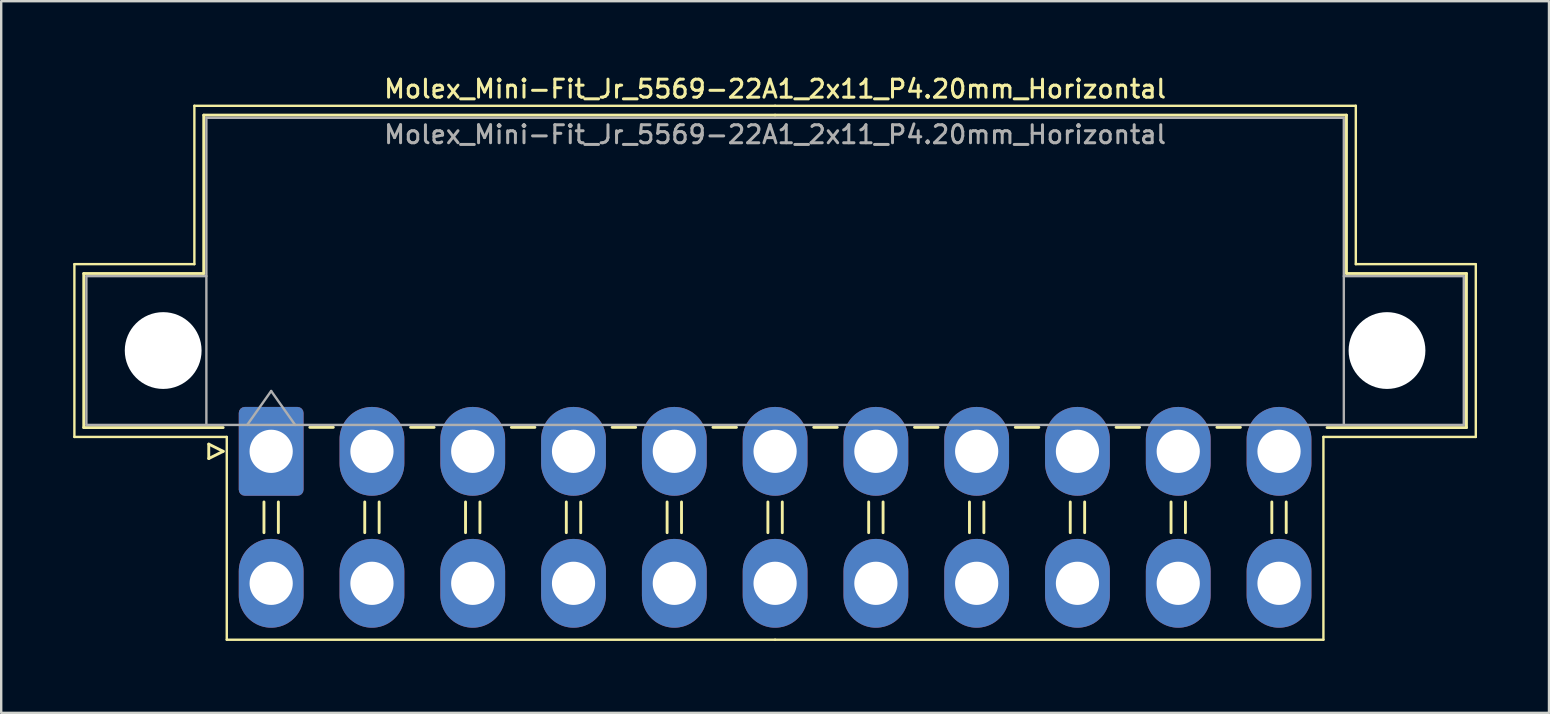
<source format=kicad_pcb>
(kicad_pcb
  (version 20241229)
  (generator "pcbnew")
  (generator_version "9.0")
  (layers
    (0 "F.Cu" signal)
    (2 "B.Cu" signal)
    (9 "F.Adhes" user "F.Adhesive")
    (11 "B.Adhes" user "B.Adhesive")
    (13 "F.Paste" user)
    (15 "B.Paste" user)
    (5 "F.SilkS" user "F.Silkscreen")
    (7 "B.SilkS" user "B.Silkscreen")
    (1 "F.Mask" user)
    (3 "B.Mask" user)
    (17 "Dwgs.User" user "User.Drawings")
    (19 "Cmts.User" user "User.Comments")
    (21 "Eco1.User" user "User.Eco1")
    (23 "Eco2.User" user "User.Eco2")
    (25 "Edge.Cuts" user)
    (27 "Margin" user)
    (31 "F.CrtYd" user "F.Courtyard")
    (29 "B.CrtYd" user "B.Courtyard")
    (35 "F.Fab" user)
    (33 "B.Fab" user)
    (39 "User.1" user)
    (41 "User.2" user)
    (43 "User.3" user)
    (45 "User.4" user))
  (footprint "Molex_Mini-Fit_Jr_5569-22A1_2x11_P4.20mm_Horizontal"
    (layer "F.Cu")
    (at 8.25 15.758)
    (property "Reference" "Molex_Mini-Fit_Jr_5569-22A1_2x11_P4.20mm_Horizontal" (at 21 -15.1 0) (layer "F.SilkS") (effects (font (size 0.75 0.75) (thickness 0.125))))
    (attr through_hole)
    (fp_line (start -8.2 -7.8) (end -8.2 -0.6) (stroke (width 0.1) (type solid)) (layer "F.SilkS"))
    (fp_line (start -8.2 -0.6) (end -1.85 -0.6) (stroke (width 0.1) (type solid)) (layer "F.SilkS"))
    (fp_line (start -7.81 -7.41) (end -7.81 -0.99) (stroke (width 0.12) (type solid)) (layer "F.SilkS"))
    (fp_line (start -7.81 -0.99) (end -2 -0.99) (stroke (width 0.12) (type solid)) (layer "F.SilkS"))
    (fp_line (start -3.2 -14.4) (end -3.2 -7.8) (stroke (width 0.1) (type solid)) (layer "F.SilkS"))
    (fp_line (start -3.2 -7.8) (end -8.2 -7.8) (stroke (width 0.1) (type solid)) (layer "F.SilkS"))
    (fp_line (start -2.81 -14.01) (end -2.81 -7.41) (stroke (width 0.12) (type solid)) (layer "F.SilkS"))
    (fp_line (start -2.81 -7.41) (end -7.81 -7.41) (stroke (width 0.12) (type solid)) (layer "F.SilkS"))
    (fp_line (start -2.6 -0.3) (end -2 0) (stroke (width 0.12) (type solid)) (layer "F.SilkS"))
    (fp_line (start -2.6 0.3) (end -2.6 -0.3) (stroke (width 0.12) (type solid)) (layer "F.SilkS"))
    (fp_line (start -2 0) (end -2.6 0.3) (stroke (width 0.12) (type solid)) (layer "F.SilkS"))
    (fp_line (start -1.85 -0.6) (end -1.85 7.85) (stroke (width 0.1) (type solid)) (layer "F.SilkS"))
    (fp_line (start -1.85 7.85) (end 21 7.85) (stroke (width 0.1) (type solid)) (layer "F.SilkS"))
    (fp_line (start -0.3 2.11) (end -0.3 3.39) (stroke (width 0.12) (type solid)) (layer "F.SilkS"))
    (fp_line (start 0.3 2.11) (end 0.3 3.39) (stroke (width 0.12) (type solid)) (layer "F.SilkS"))
    (fp_line (start 1.61 -1) (end 2.59 -1) (stroke (width 0.12) (type solid)) (layer "F.SilkS"))
    (fp_line (start 3.9 2.11) (end 3.9 3.39) (stroke (width 0.12) (type solid)) (layer "F.SilkS"))
    (fp_line (start 4.5 2.11) (end 4.5 3.39) (stroke (width 0.12) (type solid)) (layer "F.SilkS"))
    (fp_line (start 5.81 -1) (end 6.79 -1) (stroke (width 0.12) (type solid)) (layer "F.SilkS"))
    (fp_line (start 8.1 2.11) (end 8.1 3.39) (stroke (width 0.12) (type solid)) (layer "F.SilkS"))
    (fp_line (start 8.7 2.11) (end 8.7 3.39) (stroke (width 0.12) (type solid)) (layer "F.SilkS"))
    (fp_line (start 10.01 -1) (end 10.99 -1) (stroke (width 0.12) (type solid)) (layer "F.SilkS"))
    (fp_line (start 12.3 2.11) (end 12.3 3.39) (stroke (width 0.12) (type solid)) (layer "F.SilkS"))
    (fp_line (start 12.9 2.11) (end 12.9 3.39) (stroke (width 0.12) (type solid)) (layer "F.SilkS"))
    (fp_line (start 14.21 -1) (end 15.19 -1) (stroke (width 0.12) (type solid)) (layer "F.SilkS"))
    (fp_line (start 16.5 2.11) (end 16.5 3.39) (stroke (width 0.12) (type solid)) (layer "F.SilkS"))
    (fp_line (start 17.1 2.11) (end 17.1 3.39) (stroke (width 0.12) (type solid)) (layer "F.SilkS"))
    (fp_line (start 18.41 -1) (end 19.39 -1) (stroke (width 0.12) (type solid)) (layer "F.SilkS"))
    (fp_line (start 20.7 2.11) (end 20.7 3.39) (stroke (width 0.12) (type solid)) (layer "F.SilkS"))
    (fp_line (start 21 -14.4) (end -3.2 -14.4) (stroke (width 0.1) (type solid)) (layer "F.SilkS"))
    (fp_line (start 21 -14.4) (end 45.2 -14.4) (stroke (width 0.1) (type solid)) (layer "F.SilkS"))
    (fp_line (start 21 -14.01) (end -2.81 -14.01) (stroke (width 0.12) (type solid)) (layer "F.SilkS"))
    (fp_line (start 21 -14.01) (end 44.81 -14.01) (stroke (width 0.12) (type solid)) (layer "F.SilkS"))
    (fp_line (start 21.3 2.11) (end 21.3 3.39) (stroke (width 0.12) (type solid)) (layer "F.SilkS"))
    (fp_line (start 22.61 -1) (end 23.59 -1) (stroke (width 0.12) (type solid)) (layer "F.SilkS"))
    (fp_line (start 24.9 2.11) (end 24.9 3.39) (stroke (width 0.12) (type solid)) (layer "F.SilkS"))
    (fp_line (start 25.5 2.11) (end 25.5 3.39) (stroke (width 0.12) (type solid)) (layer "F.SilkS"))
    (fp_line (start 26.81 -1) (end 27.79 -1) (stroke (width 0.12) (type solid)) (layer "F.SilkS"))
    (fp_line (start 29.1 2.11) (end 29.1 3.39) (stroke (width 0.12) (type solid)) (layer "F.SilkS"))
    (fp_line (start 29.7 2.11) (end 29.7 3.39) (stroke (width 0.12) (type solid)) (layer "F.SilkS"))
    (fp_line (start 31.01 -1) (end 31.99 -1) (stroke (width 0.12) (type solid)) (layer "F.SilkS"))
    (fp_line (start 33.3 2.11) (end 33.3 3.39) (stroke (width 0.12) (type solid)) (layer "F.SilkS"))
    (fp_line (start 33.9 2.11) (end 33.9 3.39) (stroke (width 0.12) (type solid)) (layer "F.SilkS"))
    (fp_line (start 35.21 -1) (end 36.19 -1) (stroke (width 0.12) (type solid)) (layer "F.SilkS"))
    (fp_line (start 37.5 2.11) (end 37.5 3.39) (stroke (width 0.12) (type solid)) (layer "F.SilkS"))
    (fp_line (start 38.1 2.11) (end 38.1 3.39) (stroke (width 0.12) (type solid)) (layer "F.SilkS"))
    (fp_line (start 39.41 -1) (end 40.39 -1) (stroke (width 0.12) (type solid)) (layer "F.SilkS"))
    (fp_line (start 41.7 2.11) (end 41.7 3.39) (stroke (width 0.12) (type solid)) (layer "F.SilkS"))
    (fp_line (start 42.3 2.11) (end 42.3 3.39) (stroke (width 0.12) (type solid)) (layer "F.SilkS"))
    (fp_line (start 43.85 -0.6) (end 43.85 7.85) (stroke (width 0.1) (type solid)) (layer "F.SilkS"))
    (fp_line (start 43.85 7.85) (end 21 7.85) (stroke (width 0.1) (type solid)) (layer "F.SilkS"))
    (fp_line (start 44.81 -14.01) (end 44.81 -7.41) (stroke (width 0.12) (type solid)) (layer "F.SilkS"))
    (fp_line (start 44.81 -7.41) (end 49.81 -7.41) (stroke (width 0.12) (type solid)) (layer "F.SilkS"))
    (fp_line (start 45.2 -14.4) (end 45.2 -7.8) (stroke (width 0.1) (type solid)) (layer "F.SilkS"))
    (fp_line (start 45.2 -7.8) (end 50.2 -7.8) (stroke (width 0.1) (type solid)) (layer "F.SilkS"))
    (fp_line (start 49.81 -7.41) (end 49.81 -0.99) (stroke (width 0.12) (type solid)) (layer "F.SilkS"))
    (fp_line (start 49.81 -0.99) (end 44 -0.99) (stroke (width 0.12) (type solid)) (layer "F.SilkS"))
    (fp_line (start 50.2 -7.8) (end 50.2 -0.6) (stroke (width 0.1) (type solid)) (layer "F.SilkS"))
    (fp_line (start 50.2 -0.6) (end 43.85 -0.6) (stroke (width 0.1) (type solid)) (layer "F.SilkS"))
    (fp_line (start -7.7 -7.3) (end -7.7 -1.1) (stroke (width 0.1) (type solid)) (layer "F.Fab"))
    (fp_line (start -7.7 -1.1) (end -2.7 -1.1) (stroke (width 0.1) (type solid)) (layer "F.Fab"))
    (fp_line (start -2.7 -13.9) (end -2.7 -1.1) (stroke (width 0.1) (type solid)) (layer "F.Fab"))
    (fp_line (start -2.7 -7.3) (end -7.7 -7.3) (stroke (width 0.1) (type solid)) (layer "F.Fab"))
    (fp_line (start -2.7 -1.1) (end 44.7 -1.1) (stroke (width 0.1) (type solid)) (layer "F.Fab"))
    (fp_line (start -1 -1.1) (end 0 -2.514) (stroke (width 0.1) (type solid)) (layer "F.Fab"))
    (fp_line (start 0 -2.514) (end 1 -1.1) (stroke (width 0.1) (type solid)) (layer "F.Fab"))
    (fp_line (start 44.7 -13.9) (end -2.7 -13.9) (stroke (width 0.1) (type solid)) (layer "F.Fab"))
    (fp_line (start 44.7 -7.3) (end 49.7 -7.3) (stroke (width 0.1) (type solid)) (layer "F.Fab"))
    (fp_line (start 44.7 -1.1) (end 44.7 -13.9) (stroke (width 0.1) (type solid)) (layer "F.Fab"))
    (fp_line (start 49.7 -7.3) (end 49.7 -1.1) (stroke (width 0.1) (type solid)) (layer "F.Fab"))
    (fp_line (start 49.7 -1.1) (end 44.7 -1.1) (stroke (width 0.1) (type solid)) (layer "F.Fab"))
    (fp_text user "${REFERENCE}" (at 21 -13.2 0) (layer "F.Fab") (effects (font (size 0.75 0.75) (thickness 0.125))))
    (pad "" np_thru_hole circle (at -4.5 -4.2) (size 3.2 3.2) (drill 3.2) (layers "*.Cu" "*.Mask"))
    (pad "" np_thru_hole circle (at 46.5 -4.2) (size 3.2 3.2) (drill 3.2) (layers "*.Cu" "*.Mask"))
    (pad "1" thru_hole roundrect (at 0 0) (size 2.7 3.7) (drill 1.8) (layers "*.Cu" "*.Mask") (roundrect_rratio 0.093))
    (pad "2" thru_hole oval (at 4.2 0) (size 2.7 3.7) (drill 1.8) (layers "*.Cu" "*.Mask"))
    (pad "3" thru_hole oval (at 8.4 0) (size 2.7 3.7) (drill 1.8) (layers "*.Cu" "*.Mask"))
    (pad "4" thru_hole oval (at 12.6 0) (size 2.7 3.7) (drill 1.8) (layers "*.Cu" "*.Mask"))
    (pad "5" thru_hole oval (at 16.8 0) (size 2.7 3.7) (drill 1.8) (layers "*.Cu" "*.Mask"))
    (pad "6" thru_hole oval (at 21 0) (size 2.7 3.7) (drill 1.8) (layers "*.Cu" "*.Mask"))
    (pad "7" thru_hole oval (at 25.2 0) (size 2.7 3.7) (drill 1.8) (layers "*.Cu" "*.Mask"))
    (pad "8" thru_hole oval (at 29.4 0) (size 2.7 3.7) (drill 1.8) (layers "*.Cu" "*.Mask"))
    (pad "9" thru_hole oval (at 33.6 0) (size 2.7 3.7) (drill 1.8) (layers "*.Cu" "*.Mask"))
    (pad "10" thru_hole oval (at 37.8 0) (size 2.7 3.7) (drill 1.8) (layers "*.Cu" "*.Mask"))
    (pad "11" thru_hole oval (at 42 0) (size 2.7 3.7) (drill 1.8) (layers "*.Cu" "*.Mask"))
    (pad "12" thru_hole oval (at 0 5.5) (size 2.7 3.7) (drill 1.8) (layers "*.Cu" "*.Mask"))
    (pad "13" thru_hole oval (at 4.2 5.5) (size 2.7 3.7) (drill 1.8) (layers "*.Cu" "*.Mask"))
    (pad "14" thru_hole oval (at 8.4 5.5) (size 2.7 3.7) (drill 1.8) (layers "*.Cu" "*.Mask"))
    (pad "15" thru_hole oval (at 12.6 5.5) (size 2.7 3.7) (drill 1.8) (layers "*.Cu" "*.Mask"))
    (pad "16" thru_hole oval (at 16.8 5.5) (size 2.7 3.7) (drill 1.8) (layers "*.Cu" "*.Mask"))
    (pad "17" thru_hole oval (at 21 5.5) (size 2.7 3.7) (drill 1.8) (layers "*.Cu" "*.Mask"))
    (pad "18" thru_hole oval (at 25.2 5.5) (size 2.7 3.7) (drill 1.8) (layers "*.Cu" "*.Mask"))
    (pad "19" thru_hole oval (at 29.4 5.5) (size 2.7 3.7) (drill 1.8) (layers "*.Cu" "*.Mask"))
    (pad "20" thru_hole oval (at 33.6 5.5) (size 2.7 3.7) (drill 1.8) (layers "*.Cu" "*.Mask"))
    (pad "21" thru_hole oval (at 37.8 5.5) (size 2.7 3.7) (drill 1.8) (layers "*.Cu" "*.Mask"))
    (pad "22" thru_hole oval (at 42 5.5) (size 2.7 3.7) (drill 1.8) (layers "*.Cu" "*.Mask")))
  (gr_rect
    (start -3 -3)
    (end 61.5 26.658)
    (stroke (width 0.1) (type default))
    (fill no)
    (layer "Edge.Cuts")))
</source>
